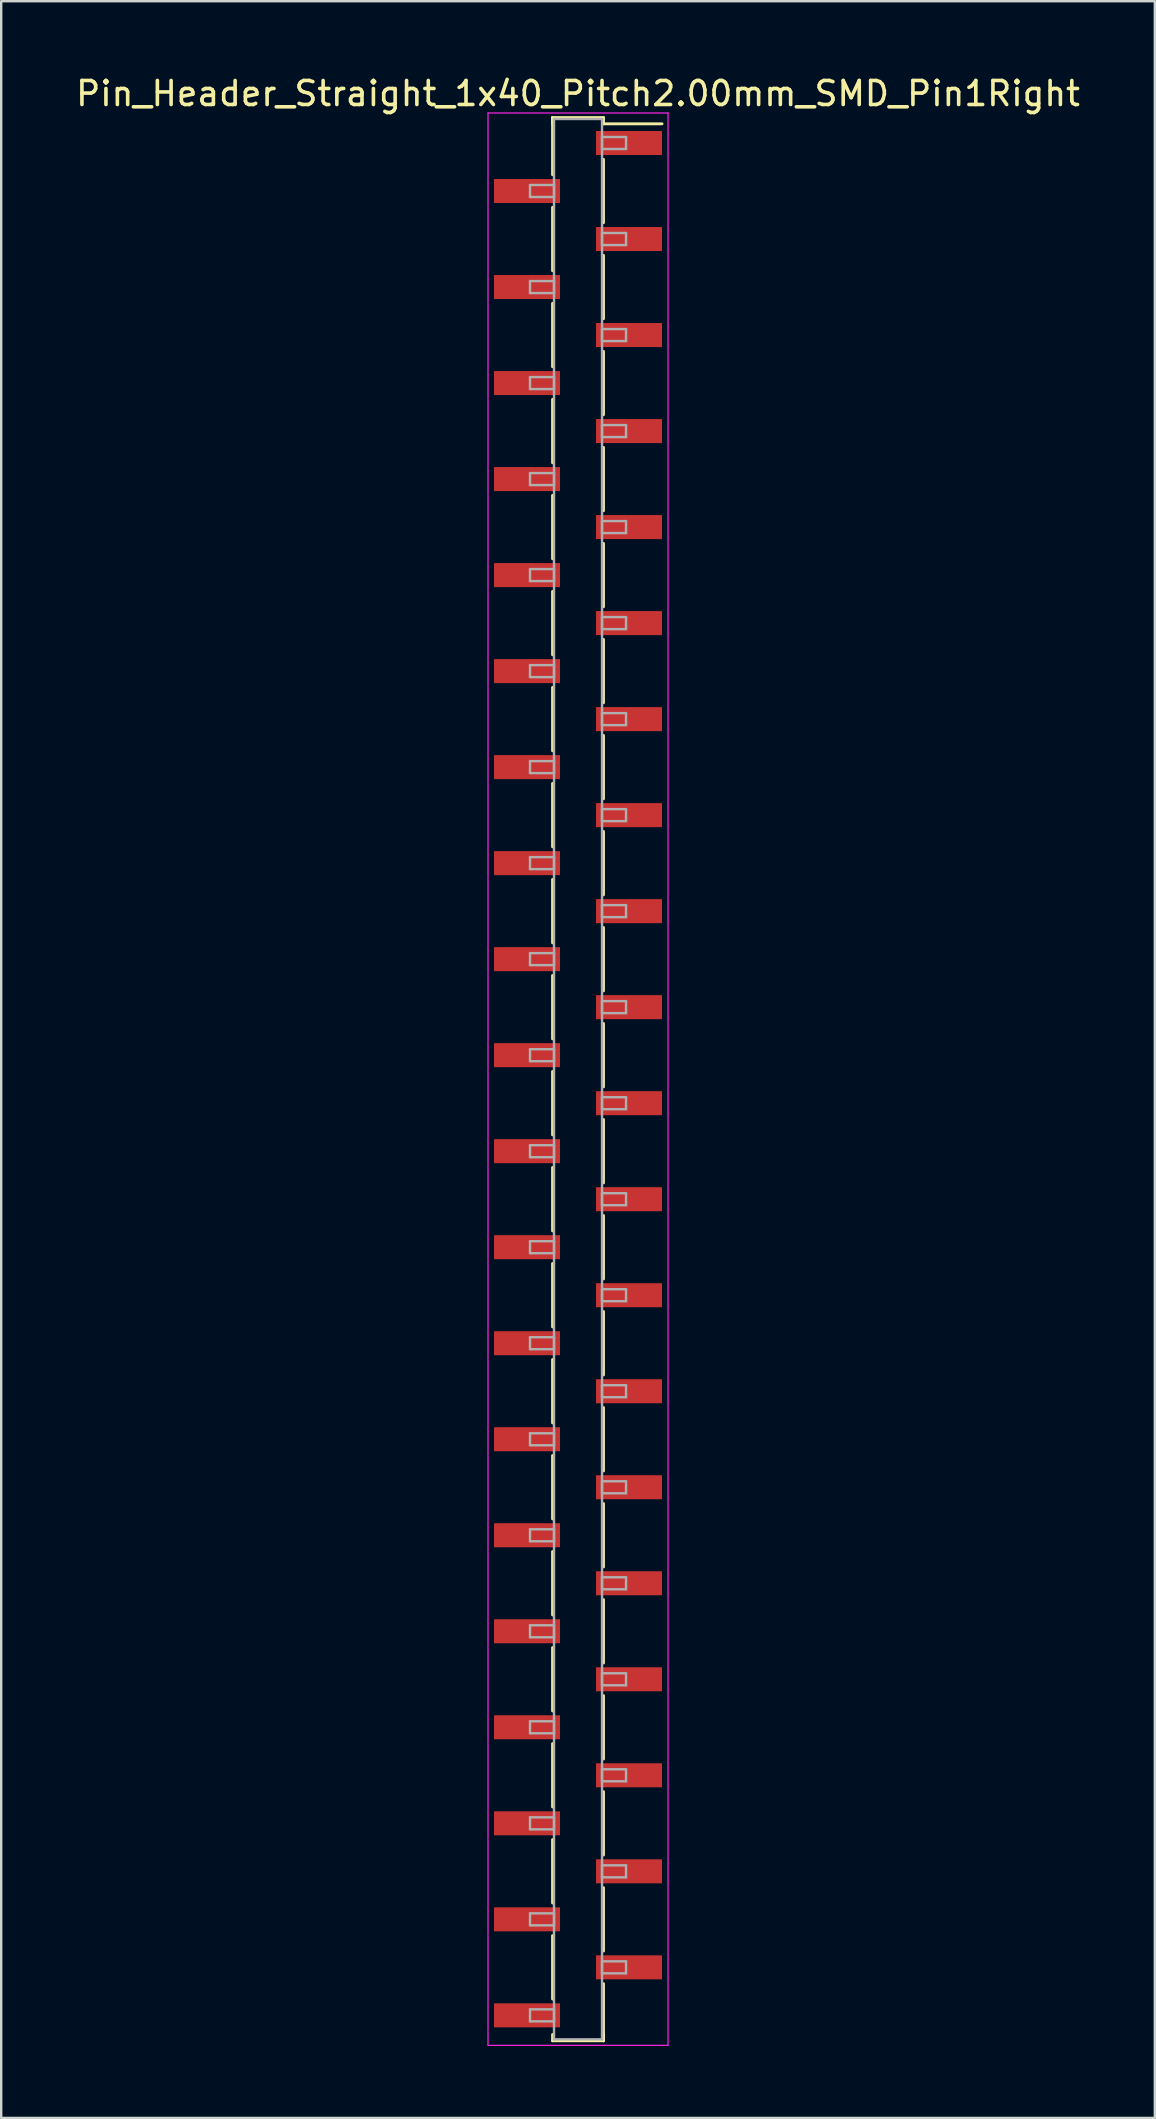
<source format=kicad_pcb>
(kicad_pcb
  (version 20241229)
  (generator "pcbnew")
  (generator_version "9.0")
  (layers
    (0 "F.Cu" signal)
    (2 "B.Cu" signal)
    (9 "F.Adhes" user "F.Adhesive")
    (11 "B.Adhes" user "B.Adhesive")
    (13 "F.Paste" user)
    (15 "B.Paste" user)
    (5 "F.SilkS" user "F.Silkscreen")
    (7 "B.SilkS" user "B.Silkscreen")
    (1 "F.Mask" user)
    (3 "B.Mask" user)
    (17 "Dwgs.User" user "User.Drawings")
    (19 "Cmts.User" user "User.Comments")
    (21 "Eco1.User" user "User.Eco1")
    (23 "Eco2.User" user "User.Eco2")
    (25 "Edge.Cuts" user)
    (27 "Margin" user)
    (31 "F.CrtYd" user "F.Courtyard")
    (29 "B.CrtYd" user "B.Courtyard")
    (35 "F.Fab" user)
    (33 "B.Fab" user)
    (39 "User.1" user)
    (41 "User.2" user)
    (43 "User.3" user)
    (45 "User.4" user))
  (footprint "Pin_Header_Straight_1x40_Pitch2.00mm_SMD_Pin1Right"
    (layer "F.Cu")
    (at 21.03 41.908)
    (property "Reference" "Pin_Header_Straight_1x40_Pitch2.00mm_SMD_Pin1Right" (at 0 -41.06 0) (layer "F.SilkS") (effects (font (size 1 1) (thickness 0.15))))
    (attr smd)
    (fp_line (start -1.06 -40.06) (end -1.06 -37.68) (stroke (width 0.12) (type solid)) (layer "F.SilkS"))
    (fp_line (start -1.06 -40.06) (end 1.06 -40.06) (stroke (width 0.12) (type solid)) (layer "F.SilkS"))
    (fp_line (start -1.06 -39.8) (end -1.06 -40.06) (stroke (width 0.12) (type solid)) (layer "F.SilkS"))
    (fp_line (start -1.06 -36.32) (end -1.06 -33.68) (stroke (width 0.12) (type solid)) (layer "F.SilkS"))
    (fp_line (start -1.06 -32.32) (end -1.06 -29.68) (stroke (width 0.12) (type solid)) (layer "F.SilkS"))
    (fp_line (start -1.06 -28.32) (end -1.06 -25.68) (stroke (width 0.12) (type solid)) (layer "F.SilkS"))
    (fp_line (start -1.06 -24.32) (end -1.06 -21.68) (stroke (width 0.12) (type solid)) (layer "F.SilkS"))
    (fp_line (start -1.06 -20.32) (end -1.06 -17.68) (stroke (width 0.12) (type solid)) (layer "F.SilkS"))
    (fp_line (start -1.06 -16.32) (end -1.06 -13.68) (stroke (width 0.12) (type solid)) (layer "F.SilkS"))
    (fp_line (start -1.06 -12.32) (end -1.06 -9.68) (stroke (width 0.12) (type solid)) (layer "F.SilkS"))
    (fp_line (start -1.06 -8.32) (end -1.06 -5.68) (stroke (width 0.12) (type solid)) (layer "F.SilkS"))
    (fp_line (start -1.06 -4.32) (end -1.06 -1.68) (stroke (width 0.12) (type solid)) (layer "F.SilkS"))
    (fp_line (start -1.06 -0.32) (end -1.06 2.32) (stroke (width 0.12) (type solid)) (layer "F.SilkS"))
    (fp_line (start -1.06 3.68) (end -1.06 6.32) (stroke (width 0.12) (type solid)) (layer "F.SilkS"))
    (fp_line (start -1.06 7.68) (end -1.06 10.32) (stroke (width 0.12) (type solid)) (layer "F.SilkS"))
    (fp_line (start -1.06 11.68) (end -1.06 14.32) (stroke (width 0.12) (type solid)) (layer "F.SilkS"))
    (fp_line (start -1.06 15.68) (end -1.06 18.32) (stroke (width 0.12) (type solid)) (layer "F.SilkS"))
    (fp_line (start -1.06 19.68) (end -1.06 22.32) (stroke (width 0.12) (type solid)) (layer "F.SilkS"))
    (fp_line (start -1.06 23.68) (end -1.06 26.32) (stroke (width 0.12) (type solid)) (layer "F.SilkS"))
    (fp_line (start -1.06 27.68) (end -1.06 30.32) (stroke (width 0.12) (type solid)) (layer "F.SilkS"))
    (fp_line (start -1.06 31.68) (end -1.06 34.32) (stroke (width 0.12) (type solid)) (layer "F.SilkS"))
    (fp_line (start -1.06 35.68) (end -1.06 38.32) (stroke (width 0.12) (type solid)) (layer "F.SilkS"))
    (fp_line (start -1.06 39.8) (end -1.06 40.06) (stroke (width 0.12) (type solid)) (layer "F.SilkS"))
    (fp_line (start -1.06 40.06) (end 1.06 40.06) (stroke (width 0.12) (type solid)) (layer "F.SilkS"))
    (fp_line (start 1.06 -40.06) (end 1.06 -39.8) (stroke (width 0.12) (type solid)) (layer "F.SilkS"))
    (fp_line (start 1.06 -39.8) (end 3.5 -39.8) (stroke (width 0.12) (type solid)) (layer "F.SilkS"))
    (fp_line (start 1.06 -38.32) (end 1.06 -35.68) (stroke (width 0.12) (type solid)) (layer "F.SilkS"))
    (fp_line (start 1.06 -34.32) (end 1.06 -31.68) (stroke (width 0.12) (type solid)) (layer "F.SilkS"))
    (fp_line (start 1.06 -30.32) (end 1.06 -27.68) (stroke (width 0.12) (type solid)) (layer "F.SilkS"))
    (fp_line (start 1.06 -26.32) (end 1.06 -23.68) (stroke (width 0.12) (type solid)) (layer "F.SilkS"))
    (fp_line (start 1.06 -22.32) (end 1.06 -19.68) (stroke (width 0.12) (type solid)) (layer "F.SilkS"))
    (fp_line (start 1.06 -18.32) (end 1.06 -15.68) (stroke (width 0.12) (type solid)) (layer "F.SilkS"))
    (fp_line (start 1.06 -14.32) (end 1.06 -11.68) (stroke (width 0.12) (type solid)) (layer "F.SilkS"))
    (fp_line (start 1.06 -10.32) (end 1.06 -7.68) (stroke (width 0.12) (type solid)) (layer "F.SilkS"))
    (fp_line (start 1.06 -6.32) (end 1.06 -3.68) (stroke (width 0.12) (type solid)) (layer "F.SilkS"))
    (fp_line (start 1.06 -2.32) (end 1.06 0.32) (stroke (width 0.12) (type solid)) (layer "F.SilkS"))
    (fp_line (start 1.06 1.68) (end 1.06 4.32) (stroke (width 0.12) (type solid)) (layer "F.SilkS"))
    (fp_line (start 1.06 5.68) (end 1.06 8.32) (stroke (width 0.12) (type solid)) (layer "F.SilkS"))
    (fp_line (start 1.06 9.68) (end 1.06 12.32) (stroke (width 0.12) (type solid)) (layer "F.SilkS"))
    (fp_line (start 1.06 13.68) (end 1.06 16.32) (stroke (width 0.12) (type solid)) (layer "F.SilkS"))
    (fp_line (start 1.06 17.68) (end 1.06 20.32) (stroke (width 0.12) (type solid)) (layer "F.SilkS"))
    (fp_line (start 1.06 21.68) (end 1.06 24.32) (stroke (width 0.12) (type solid)) (layer "F.SilkS"))
    (fp_line (start 1.06 25.68) (end 1.06 28.32) (stroke (width 0.12) (type solid)) (layer "F.SilkS"))
    (fp_line (start 1.06 29.68) (end 1.06 32.32) (stroke (width 0.12) (type solid)) (layer "F.SilkS"))
    (fp_line (start 1.06 33.68) (end 1.06 36.32) (stroke (width 0.12) (type solid)) (layer "F.SilkS"))
    (fp_line (start 1.06 37.68) (end 1.06 40.06) (stroke (width 0.12) (type solid)) (layer "F.SilkS"))
    (fp_line (start 1.06 40.06) (end 1.06 39.8) (stroke (width 0.12) (type solid)) (layer "F.SilkS"))
    (fp_line (start -3.75 -40.25) (end -3.75 40.25) (stroke (width 0.05) (type solid)) (layer "F.CrtYd"))
    (fp_line (start -3.75 40.25) (end 3.75 40.25) (stroke (width 0.05) (type solid)) (layer "F.CrtYd"))
    (fp_line (start 3.75 -40.25) (end -3.75 -40.25) (stroke (width 0.05) (type solid)) (layer "F.CrtYd"))
    (fp_line (start 3.75 40.25) (end 3.75 -40.25) (stroke (width 0.05) (type solid)) (layer "F.CrtYd"))
    (fp_line (start -2 -37.25) (end -1 -37.25) (stroke (width 0.1) (type solid)) (layer "F.Fab"))
    (fp_line (start -2 -36.75) (end -2 -37.25) (stroke (width 0.1) (type solid)) (layer "F.Fab"))
    (fp_line (start -2 -33.25) (end -1 -33.25) (stroke (width 0.1) (type solid)) (layer "F.Fab"))
    (fp_line (start -2 -32.75) (end -2 -33.25) (stroke (width 0.1) (type solid)) (layer "F.Fab"))
    (fp_line (start -2 -29.25) (end -1 -29.25) (stroke (width 0.1) (type solid)) (layer "F.Fab"))
    (fp_line (start -2 -28.75) (end -2 -29.25) (stroke (width 0.1) (type solid)) (layer "F.Fab"))
    (fp_line (start -2 -25.25) (end -1 -25.25) (stroke (width 0.1) (type solid)) (layer "F.Fab"))
    (fp_line (start -2 -24.75) (end -2 -25.25) (stroke (width 0.1) (type solid)) (layer "F.Fab"))
    (fp_line (start -2 -21.25) (end -1 -21.25) (stroke (width 0.1) (type solid)) (layer "F.Fab"))
    (fp_line (start -2 -20.75) (end -2 -21.25) (stroke (width 0.1) (type solid)) (layer "F.Fab"))
    (fp_line (start -2 -17.25) (end -1 -17.25) (stroke (width 0.1) (type solid)) (layer "F.Fab"))
    (fp_line (start -2 -16.75) (end -2 -17.25) (stroke (width 0.1) (type solid)) (layer "F.Fab"))
    (fp_line (start -2 -13.25) (end -1 -13.25) (stroke (width 0.1) (type solid)) (layer "F.Fab"))
    (fp_line (start -2 -12.75) (end -2 -13.25) (stroke (width 0.1) (type solid)) (layer "F.Fab"))
    (fp_line (start -2 -9.25) (end -1 -9.25) (stroke (width 0.1) (type solid)) (layer "F.Fab"))
    (fp_line (start -2 -8.75) (end -2 -9.25) (stroke (width 0.1) (type solid)) (layer "F.Fab"))
    (fp_line (start -2 -5.25) (end -1 -5.25) (stroke (width 0.1) (type solid)) (layer "F.Fab"))
    (fp_line (start -2 -4.75) (end -2 -5.25) (stroke (width 0.1) (type solid)) (layer "F.Fab"))
    (fp_line (start -2 -1.25) (end -1 -1.25) (stroke (width 0.1) (type solid)) (layer "F.Fab"))
    (fp_line (start -2 -0.75) (end -2 -1.25) (stroke (width 0.1) (type solid)) (layer "F.Fab"))
    (fp_line (start -2 2.75) (end -1 2.75) (stroke (width 0.1) (type solid)) (layer "F.Fab"))
    (fp_line (start -2 3.25) (end -2 2.75) (stroke (width 0.1) (type solid)) (layer "F.Fab"))
    (fp_line (start -2 6.75) (end -1 6.75) (stroke (width 0.1) (type solid)) (layer "F.Fab"))
    (fp_line (start -2 7.25) (end -2 6.75) (stroke (width 0.1) (type solid)) (layer "F.Fab"))
    (fp_line (start -2 10.75) (end -1 10.75) (stroke (width 0.1) (type solid)) (layer "F.Fab"))
    (fp_line (start -2 11.25) (end -2 10.75) (stroke (width 0.1) (type solid)) (layer "F.Fab"))
    (fp_line (start -2 14.75) (end -1 14.75) (stroke (width 0.1) (type solid)) (layer "F.Fab"))
    (fp_line (start -2 15.25) (end -2 14.75) (stroke (width 0.1) (type solid)) (layer "F.Fab"))
    (fp_line (start -2 18.75) (end -1 18.75) (stroke (width 0.1) (type solid)) (layer "F.Fab"))
    (fp_line (start -2 19.25) (end -2 18.75) (stroke (width 0.1) (type solid)) (layer "F.Fab"))
    (fp_line (start -2 22.75) (end -1 22.75) (stroke (width 0.1) (type solid)) (layer "F.Fab"))
    (fp_line (start -2 23.25) (end -2 22.75) (stroke (width 0.1) (type solid)) (layer "F.Fab"))
    (fp_line (start -2 26.75) (end -1 26.75) (stroke (width 0.1) (type solid)) (layer "F.Fab"))
    (fp_line (start -2 27.25) (end -2 26.75) (stroke (width 0.1) (type solid)) (layer "F.Fab"))
    (fp_line (start -2 30.75) (end -1 30.75) (stroke (width 0.1) (type solid)) (layer "F.Fab"))
    (fp_line (start -2 31.25) (end -2 30.75) (stroke (width 0.1) (type solid)) (layer "F.Fab"))
    (fp_line (start -2 34.75) (end -1 34.75) (stroke (width 0.1) (type solid)) (layer "F.Fab"))
    (fp_line (start -2 35.25) (end -2 34.75) (stroke (width 0.1) (type solid)) (layer "F.Fab"))
    (fp_line (start -2 38.75) (end -1 38.75) (stroke (width 0.1) (type solid)) (layer "F.Fab"))
    (fp_line (start -2 39.25) (end -2 38.75) (stroke (width 0.1) (type solid)) (layer "F.Fab"))
    (fp_line (start -1 -40) (end -1 40) (stroke (width 0.1) (type solid)) (layer "F.Fab"))
    (fp_line (start -1 -37.25) (end -1 -36.75) (stroke (width 0.1) (type solid)) (layer "F.Fab"))
    (fp_line (start -1 -36.75) (end -2 -36.75) (stroke (width 0.1) (type solid)) (layer "F.Fab"))
    (fp_line (start -1 -33.25) (end -1 -32.75) (stroke (width 0.1) (type solid)) (layer "F.Fab"))
    (fp_line (start -1 -32.75) (end -2 -32.75) (stroke (width 0.1) (type solid)) (layer "F.Fab"))
    (fp_line (start -1 -29.25) (end -1 -28.75) (stroke (width 0.1) (type solid)) (layer "F.Fab"))
    (fp_line (start -1 -28.75) (end -2 -28.75) (stroke (width 0.1) (type solid)) (layer "F.Fab"))
    (fp_line (start -1 -25.25) (end -1 -24.75) (stroke (width 0.1) (type solid)) (layer "F.Fab"))
    (fp_line (start -1 -24.75) (end -2 -24.75) (stroke (width 0.1) (type solid)) (layer "F.Fab"))
    (fp_line (start -1 -21.25) (end -1 -20.75) (stroke (width 0.1) (type solid)) (layer "F.Fab"))
    (fp_line (start -1 -20.75) (end -2 -20.75) (stroke (width 0.1) (type solid)) (layer "F.Fab"))
    (fp_line (start -1 -17.25) (end -1 -16.75) (stroke (width 0.1) (type solid)) (layer "F.Fab"))
    (fp_line (start -1 -16.75) (end -2 -16.75) (stroke (width 0.1) (type solid)) (layer "F.Fab"))
    (fp_line (start -1 -13.25) (end -1 -12.75) (stroke (width 0.1) (type solid)) (layer "F.Fab"))
    (fp_line (start -1 -12.75) (end -2 -12.75) (stroke (width 0.1) (type solid)) (layer "F.Fab"))
    (fp_line (start -1 -9.25) (end -1 -8.75) (stroke (width 0.1) (type solid)) (layer "F.Fab"))
    (fp_line (start -1 -8.75) (end -2 -8.75) (stroke (width 0.1) (type solid)) (layer "F.Fab"))
    (fp_line (start -1 -5.25) (end -1 -4.75) (stroke (width 0.1) (type solid)) (layer "F.Fab"))
    (fp_line (start -1 -4.75) (end -2 -4.75) (stroke (width 0.1) (type solid)) (layer "F.Fab"))
    (fp_line (start -1 -1.25) (end -1 -0.75) (stroke (width 0.1) (type solid)) (layer "F.Fab"))
    (fp_line (start -1 -0.75) (end -2 -0.75) (stroke (width 0.1) (type solid)) (layer "F.Fab"))
    (fp_line (start -1 2.75) (end -1 3.25) (stroke (width 0.1) (type solid)) (layer "F.Fab"))
    (fp_line (start -1 3.25) (end -2 3.25) (stroke (width 0.1) (type solid)) (layer "F.Fab"))
    (fp_line (start -1 6.75) (end -1 7.25) (stroke (width 0.1) (type solid)) (layer "F.Fab"))
    (fp_line (start -1 7.25) (end -2 7.25) (stroke (width 0.1) (type solid)) (layer "F.Fab"))
    (fp_line (start -1 10.75) (end -1 11.25) (stroke (width 0.1) (type solid)) (layer "F.Fab"))
    (fp_line (start -1 11.25) (end -2 11.25) (stroke (width 0.1) (type solid)) (layer "F.Fab"))
    (fp_line (start -1 14.75) (end -1 15.25) (stroke (width 0.1) (type solid)) (layer "F.Fab"))
    (fp_line (start -1 15.25) (end -2 15.25) (stroke (width 0.1) (type solid)) (layer "F.Fab"))
    (fp_line (start -1 18.75) (end -1 19.25) (stroke (width 0.1) (type solid)) (layer "F.Fab"))
    (fp_line (start -1 19.25) (end -2 19.25) (stroke (width 0.1) (type solid)) (layer "F.Fab"))
    (fp_line (start -1 22.75) (end -1 23.25) (stroke (width 0.1) (type solid)) (layer "F.Fab"))
    (fp_line (start -1 23.25) (end -2 23.25) (stroke (width 0.1) (type solid)) (layer "F.Fab"))
    (fp_line (start -1 26.75) (end -1 27.25) (stroke (width 0.1) (type solid)) (layer "F.Fab"))
    (fp_line (start -1 27.25) (end -2 27.25) (stroke (width 0.1) (type solid)) (layer "F.Fab"))
    (fp_line (start -1 30.75) (end -1 31.25) (stroke (width 0.1) (type solid)) (layer "F.Fab"))
    (fp_line (start -1 31.25) (end -2 31.25) (stroke (width 0.1) (type solid)) (layer "F.Fab"))
    (fp_line (start -1 34.75) (end -1 35.25) (stroke (width 0.1) (type solid)) (layer "F.Fab"))
    (fp_line (start -1 35.25) (end -2 35.25) (stroke (width 0.1) (type solid)) (layer "F.Fab"))
    (fp_line (start -1 38.75) (end -1 39.25) (stroke (width 0.1) (type solid)) (layer "F.Fab"))
    (fp_line (start -1 39.25) (end -2 39.25) (stroke (width 0.1) (type solid)) (layer "F.Fab"))
    (fp_line (start -1 40) (end 1 40) (stroke (width 0.1) (type solid)) (layer "F.Fab"))
    (fp_line (start 1 -40) (end -1 -40) (stroke (width 0.1) (type solid)) (layer "F.Fab"))
    (fp_line (start 1 -39.25) (end 1 -38.75) (stroke (width 0.1) (type solid)) (layer "F.Fab"))
    (fp_line (start 1 -38.75) (end 2 -38.75) (stroke (width 0.1) (type solid)) (layer "F.Fab"))
    (fp_line (start 1 -35.25) (end 1 -34.75) (stroke (width 0.1) (type solid)) (layer "F.Fab"))
    (fp_line (start 1 -34.75) (end 2 -34.75) (stroke (width 0.1) (type solid)) (layer "F.Fab"))
    (fp_line (start 1 -31.25) (end 1 -30.75) (stroke (width 0.1) (type solid)) (layer "F.Fab"))
    (fp_line (start 1 -30.75) (end 2 -30.75) (stroke (width 0.1) (type solid)) (layer "F.Fab"))
    (fp_line (start 1 -27.25) (end 1 -26.75) (stroke (width 0.1) (type solid)) (layer "F.Fab"))
    (fp_line (start 1 -26.75) (end 2 -26.75) (stroke (width 0.1) (type solid)) (layer "F.Fab"))
    (fp_line (start 1 -23.25) (end 1 -22.75) (stroke (width 0.1) (type solid)) (layer "F.Fab"))
    (fp_line (start 1 -22.75) (end 2 -22.75) (stroke (width 0.1) (type solid)) (layer "F.Fab"))
    (fp_line (start 1 -19.25) (end 1 -18.75) (stroke (width 0.1) (type solid)) (layer "F.Fab"))
    (fp_line (start 1 -18.75) (end 2 -18.75) (stroke (width 0.1) (type solid)) (layer "F.Fab"))
    (fp_line (start 1 -15.25) (end 1 -14.75) (stroke (width 0.1) (type solid)) (layer "F.Fab"))
    (fp_line (start 1 -14.75) (end 2 -14.75) (stroke (width 0.1) (type solid)) (layer "F.Fab"))
    (fp_line (start 1 -11.25) (end 1 -10.75) (stroke (width 0.1) (type solid)) (layer "F.Fab"))
    (fp_line (start 1 -10.75) (end 2 -10.75) (stroke (width 0.1) (type solid)) (layer "F.Fab"))
    (fp_line (start 1 -7.25) (end 1 -6.75) (stroke (width 0.1) (type solid)) (layer "F.Fab"))
    (fp_line (start 1 -6.75) (end 2 -6.75) (stroke (width 0.1) (type solid)) (layer "F.Fab"))
    (fp_line (start 1 -3.25) (end 1 -2.75) (stroke (width 0.1) (type solid)) (layer "F.Fab"))
    (fp_line (start 1 -2.75) (end 2 -2.75) (stroke (width 0.1) (type solid)) (layer "F.Fab"))
    (fp_line (start 1 0.75) (end 1 1.25) (stroke (width 0.1) (type solid)) (layer "F.Fab"))
    (fp_line (start 1 1.25) (end 2 1.25) (stroke (width 0.1) (type solid)) (layer "F.Fab"))
    (fp_line (start 1 4.75) (end 1 5.25) (stroke (width 0.1) (type solid)) (layer "F.Fab"))
    (fp_line (start 1 5.25) (end 2 5.25) (stroke (width 0.1) (type solid)) (layer "F.Fab"))
    (fp_line (start 1 8.75) (end 1 9.25) (stroke (width 0.1) (type solid)) (layer "F.Fab"))
    (fp_line (start 1 9.25) (end 2 9.25) (stroke (width 0.1) (type solid)) (layer "F.Fab"))
    (fp_line (start 1 12.75) (end 1 13.25) (stroke (width 0.1) (type solid)) (layer "F.Fab"))
    (fp_line (start 1 13.25) (end 2 13.25) (stroke (width 0.1) (type solid)) (layer "F.Fab"))
    (fp_line (start 1 16.75) (end 1 17.25) (stroke (width 0.1) (type solid)) (layer "F.Fab"))
    (fp_line (start 1 17.25) (end 2 17.25) (stroke (width 0.1) (type solid)) (layer "F.Fab"))
    (fp_line (start 1 20.75) (end 1 21.25) (stroke (width 0.1) (type solid)) (layer "F.Fab"))
    (fp_line (start 1 21.25) (end 2 21.25) (stroke (width 0.1) (type solid)) (layer "F.Fab"))
    (fp_line (start 1 24.75) (end 1 25.25) (stroke (width 0.1) (type solid)) (layer "F.Fab"))
    (fp_line (start 1 25.25) (end 2 25.25) (stroke (width 0.1) (type solid)) (layer "F.Fab"))
    (fp_line (start 1 28.75) (end 1 29.25) (stroke (width 0.1) (type solid)) (layer "F.Fab"))
    (fp_line (start 1 29.25) (end 2 29.25) (stroke (width 0.1) (type solid)) (layer "F.Fab"))
    (fp_line (start 1 32.75) (end 1 33.25) (stroke (width 0.1) (type solid)) (layer "F.Fab"))
    (fp_line (start 1 33.25) (end 2 33.25) (stroke (width 0.1) (type solid)) (layer "F.Fab"))
    (fp_line (start 1 36.75) (end 1 37.25) (stroke (width 0.1) (type solid)) (layer "F.Fab"))
    (fp_line (start 1 37.25) (end 2 37.25) (stroke (width 0.1) (type solid)) (layer "F.Fab"))
    (fp_line (start 1 40) (end 1 -40) (stroke (width 0.1) (type solid)) (layer "F.Fab"))
    (fp_line (start 2 -39.25) (end 1 -39.25) (stroke (width 0.1) (type solid)) (layer "F.Fab"))
    (fp_line (start 2 -38.75) (end 2 -39.25) (stroke (width 0.1) (type solid)) (layer "F.Fab"))
    (fp_line (start 2 -35.25) (end 1 -35.25) (stroke (width 0.1) (type solid)) (layer "F.Fab"))
    (fp_line (start 2 -34.75) (end 2 -35.25) (stroke (width 0.1) (type solid)) (layer "F.Fab"))
    (fp_line (start 2 -31.25) (end 1 -31.25) (stroke (width 0.1) (type solid)) (layer "F.Fab"))
    (fp_line (start 2 -30.75) (end 2 -31.25) (stroke (width 0.1) (type solid)) (layer "F.Fab"))
    (fp_line (start 2 -27.25) (end 1 -27.25) (stroke (width 0.1) (type solid)) (layer "F.Fab"))
    (fp_line (start 2 -26.75) (end 2 -27.25) (stroke (width 0.1) (type solid)) (layer "F.Fab"))
    (fp_line (start 2 -23.25) (end 1 -23.25) (stroke (width 0.1) (type solid)) (layer "F.Fab"))
    (fp_line (start 2 -22.75) (end 2 -23.25) (stroke (width 0.1) (type solid)) (layer "F.Fab"))
    (fp_line (start 2 -19.25) (end 1 -19.25) (stroke (width 0.1) (type solid)) (layer "F.Fab"))
    (fp_line (start 2 -18.75) (end 2 -19.25) (stroke (width 0.1) (type solid)) (layer "F.Fab"))
    (fp_line (start 2 -15.25) (end 1 -15.25) (stroke (width 0.1) (type solid)) (layer "F.Fab"))
    (fp_line (start 2 -14.75) (end 2 -15.25) (stroke (width 0.1) (type solid)) (layer "F.Fab"))
    (fp_line (start 2 -11.25) (end 1 -11.25) (stroke (width 0.1) (type solid)) (layer "F.Fab"))
    (fp_line (start 2 -10.75) (end 2 -11.25) (stroke (width 0.1) (type solid)) (layer "F.Fab"))
    (fp_line (start 2 -7.25) (end 1 -7.25) (stroke (width 0.1) (type solid)) (layer "F.Fab"))
    (fp_line (start 2 -6.75) (end 2 -7.25) (stroke (width 0.1) (type solid)) (layer "F.Fab"))
    (fp_line (start 2 -3.25) (end 1 -3.25) (stroke (width 0.1) (type solid)) (layer "F.Fab"))
    (fp_line (start 2 -2.75) (end 2 -3.25) (stroke (width 0.1) (type solid)) (layer "F.Fab"))
    (fp_line (start 2 0.75) (end 1 0.75) (stroke (width 0.1) (type solid)) (layer "F.Fab"))
    (fp_line (start 2 1.25) (end 2 0.75) (stroke (width 0.1) (type solid)) (layer "F.Fab"))
    (fp_line (start 2 4.75) (end 1 4.75) (stroke (width 0.1) (type solid)) (layer "F.Fab"))
    (fp_line (start 2 5.25) (end 2 4.75) (stroke (width 0.1) (type solid)) (layer "F.Fab"))
    (fp_line (start 2 8.75) (end 1 8.75) (stroke (width 0.1) (type solid)) (layer "F.Fab"))
    (fp_line (start 2 9.25) (end 2 8.75) (stroke (width 0.1) (type solid)) (layer "F.Fab"))
    (fp_line (start 2 12.75) (end 1 12.75) (stroke (width 0.1) (type solid)) (layer "F.Fab"))
    (fp_line (start 2 13.25) (end 2 12.75) (stroke (width 0.1) (type solid)) (layer "F.Fab"))
    (fp_line (start 2 16.75) (end 1 16.75) (stroke (width 0.1) (type solid)) (layer "F.Fab"))
    (fp_line (start 2 17.25) (end 2 16.75) (stroke (width 0.1) (type solid)) (layer "F.Fab"))
    (fp_line (start 2 20.75) (end 1 20.75) (stroke (width 0.1) (type solid)) (layer "F.Fab"))
    (fp_line (start 2 21.25) (end 2 20.75) (stroke (width 0.1) (type solid)) (layer "F.Fab"))
    (fp_line (start 2 24.75) (end 1 24.75) (stroke (width 0.1) (type solid)) (layer "F.Fab"))
    (fp_line (start 2 25.25) (end 2 24.75) (stroke (width 0.1) (type solid)) (layer "F.Fab"))
    (fp_line (start 2 28.75) (end 1 28.75) (stroke (width 0.1) (type solid)) (layer "F.Fab"))
    (fp_line (start 2 29.25) (end 2 28.75) (stroke (width 0.1) (type solid)) (layer "F.Fab"))
    (fp_line (start 2 32.75) (end 1 32.75) (stroke (width 0.1) (type solid)) (layer "F.Fab"))
    (fp_line (start 2 33.25) (end 2 32.75) (stroke (width 0.1) (type solid)) (layer "F.Fab"))
    (fp_line (start 2 36.75) (end 1 36.75) (stroke (width 0.1) (type solid)) (layer "F.Fab"))
    (fp_line (start 2 37.25) (end 2 36.75) (stroke (width 0.1) (type solid)) (layer "F.Fab"))
    (pad "1" smd rect (at 2.125 -39) (size 2.75 1) (layers "F.Cu" "F.Mask"))
    (pad "2" smd rect (at -2.125 -37) (size 2.75 1) (layers "F.Cu" "F.Mask"))
    (pad "3" smd rect (at 2.125 -35) (size 2.75 1) (layers "F.Cu" "F.Mask"))
    (pad "4" smd rect (at -2.125 -33) (size 2.75 1) (layers "F.Cu" "F.Mask"))
    (pad "5" smd rect (at 2.125 -31) (size 2.75 1) (layers "F.Cu" "F.Mask"))
    (pad "6" smd rect (at -2.125 -29) (size 2.75 1) (layers "F.Cu" "F.Mask"))
    (pad "7" smd rect (at 2.125 -27) (size 2.75 1) (layers "F.Cu" "F.Mask"))
    (pad "8" smd rect (at -2.125 -25) (size 2.75 1) (layers "F.Cu" "F.Mask"))
    (pad "9" smd rect (at 2.125 -23) (size 2.75 1) (layers "F.Cu" "F.Mask"))
    (pad "10" smd rect (at -2.125 -21) (size 2.75 1) (layers "F.Cu" "F.Mask"))
    (pad "11" smd rect (at 2.125 -19) (size 2.75 1) (layers "F.Cu" "F.Mask"))
    (pad "12" smd rect (at -2.125 -17) (size 2.75 1) (layers "F.Cu" "F.Mask"))
    (pad "13" smd rect (at 2.125 -15) (size 2.75 1) (layers "F.Cu" "F.Mask"))
    (pad "14" smd rect (at -2.125 -13) (size 2.75 1) (layers "F.Cu" "F.Mask"))
    (pad "15" smd rect (at 2.125 -11) (size 2.75 1) (layers "F.Cu" "F.Mask"))
    (pad "16" smd rect (at -2.125 -9) (size 2.75 1) (layers "F.Cu" "F.Mask"))
    (pad "17" smd rect (at 2.125 -7) (size 2.75 1) (layers "F.Cu" "F.Mask"))
    (pad "18" smd rect (at -2.125 -5) (size 2.75 1) (layers "F.Cu" "F.Mask"))
    (pad "19" smd rect (at 2.125 -3) (size 2.75 1) (layers "F.Cu" "F.Mask"))
    (pad "20" smd rect (at -2.125 -1) (size 2.75 1) (layers "F.Cu" "F.Mask"))
    (pad "21" smd rect (at 2.125 1) (size 2.75 1) (layers "F.Cu" "F.Mask"))
    (pad "22" smd rect (at -2.125 3) (size 2.75 1) (layers "F.Cu" "F.Mask"))
    (pad "23" smd rect (at 2.125 5) (size 2.75 1) (layers "F.Cu" "F.Mask"))
    (pad "24" smd rect (at -2.125 7) (size 2.75 1) (layers "F.Cu" "F.Mask"))
    (pad "25" smd rect (at 2.125 9) (size 2.75 1) (layers "F.Cu" "F.Mask"))
    (pad "26" smd rect (at -2.125 11) (size 2.75 1) (layers "F.Cu" "F.Mask"))
    (pad "27" smd rect (at 2.125 13) (size 2.75 1) (layers "F.Cu" "F.Mask"))
    (pad "28" smd rect (at -2.125 15) (size 2.75 1) (layers "F.Cu" "F.Mask"))
    (pad "29" smd rect (at 2.125 17) (size 2.75 1) (layers "F.Cu" "F.Mask"))
    (pad "30" smd rect (at -2.125 19) (size 2.75 1) (layers "F.Cu" "F.Mask"))
    (pad "31" smd rect (at 2.125 21) (size 2.75 1) (layers "F.Cu" "F.Mask"))
    (pad "32" smd rect (at -2.125 23) (size 2.75 1) (layers "F.Cu" "F.Mask"))
    (pad "33" smd rect (at 2.125 25) (size 2.75 1) (layers "F.Cu" "F.Mask"))
    (pad "34" smd rect (at -2.125 27) (size 2.75 1) (layers "F.Cu" "F.Mask"))
    (pad "35" smd rect (at 2.125 29) (size 2.75 1) (layers "F.Cu" "F.Mask"))
    (pad "36" smd rect (at -2.125 31) (size 2.75 1) (layers "F.Cu" "F.Mask"))
    (pad "37" smd rect (at 2.125 33) (size 2.75 1) (layers "F.Cu" "F.Mask"))
    (pad "38" smd rect (at -2.125 35) (size 2.75 1) (layers "F.Cu" "F.Mask"))
    (pad "39" smd rect (at 2.125 37) (size 2.75 1) (layers "F.Cu" "F.Mask"))
    (pad "40" smd rect (at -2.125 39) (size 2.75 1) (layers "F.Cu" "F.Mask")))
  (gr_rect
    (start -3 -3)
    (end 45.06 85.183)
    (stroke (width 0.1) (type default))
    (fill no)
    (layer "Edge.Cuts")))
</source>
